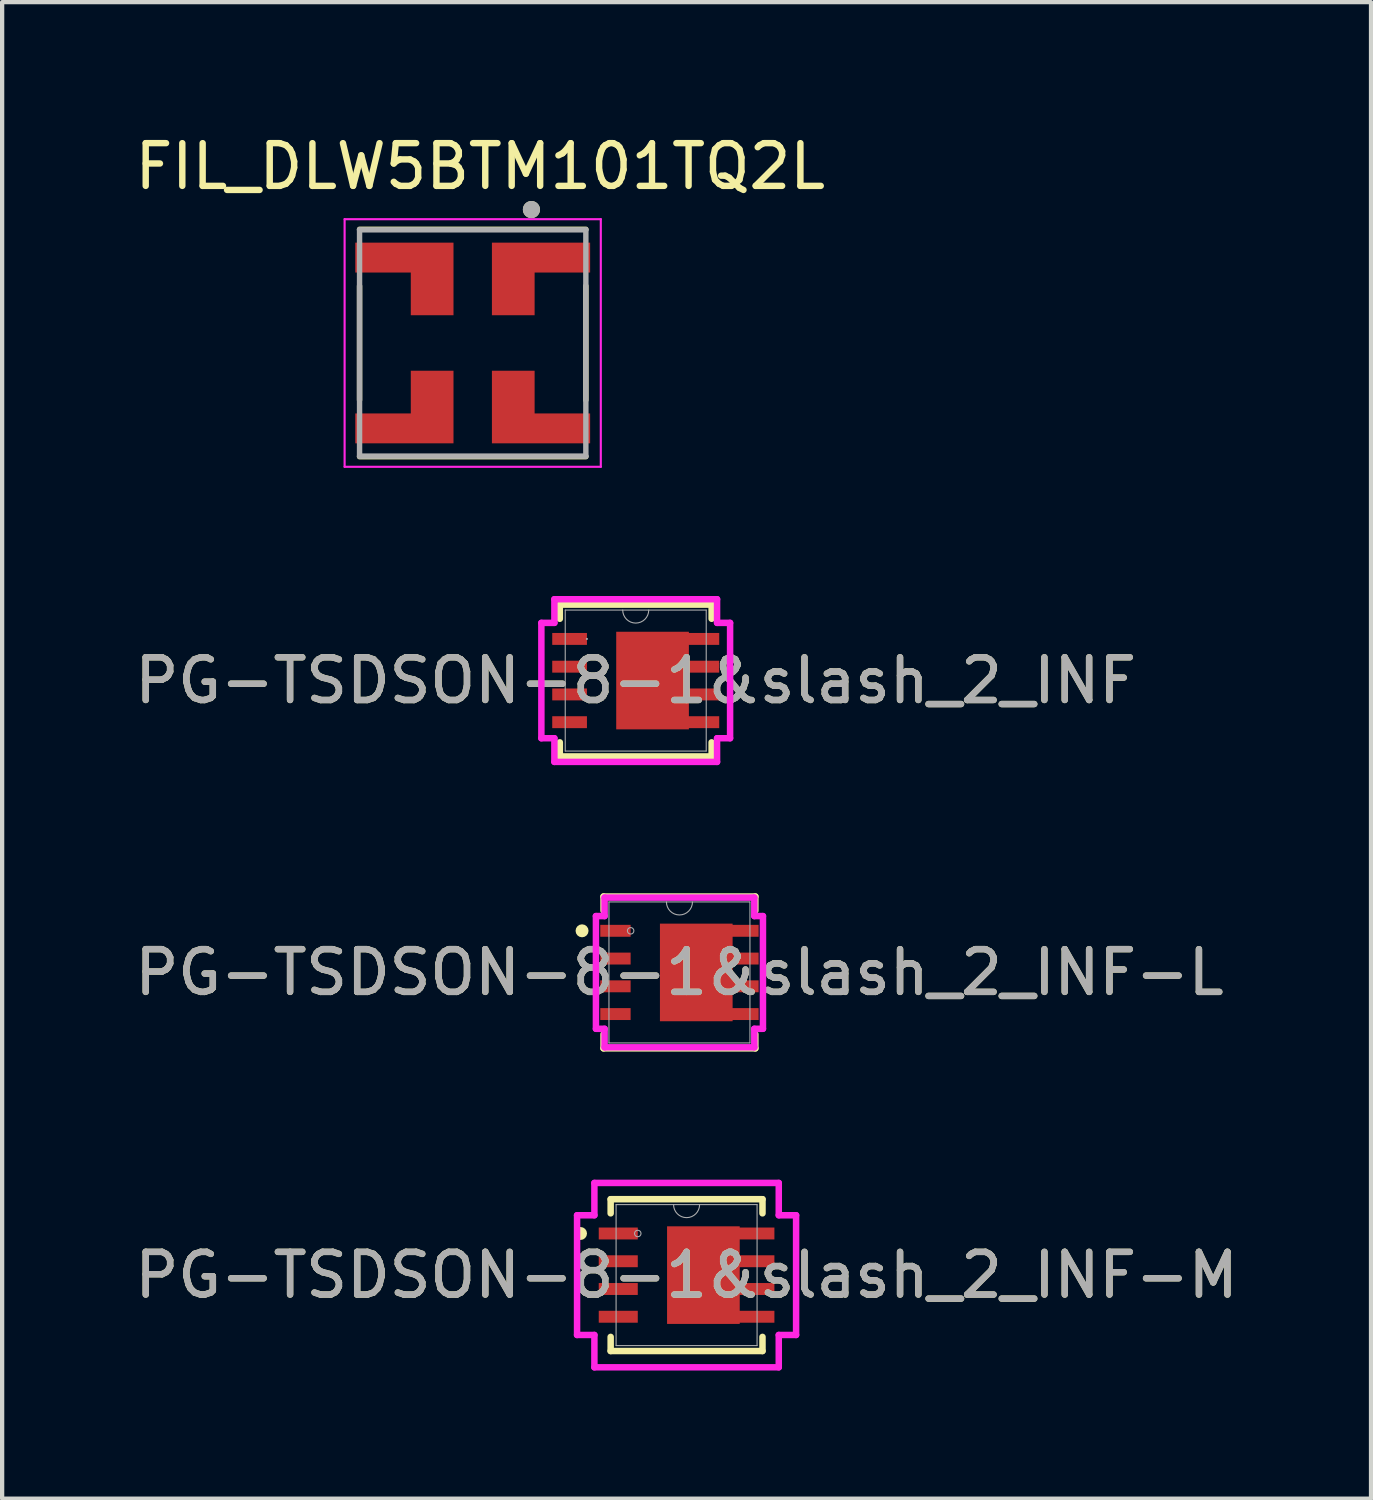
<source format=kicad_pcb>
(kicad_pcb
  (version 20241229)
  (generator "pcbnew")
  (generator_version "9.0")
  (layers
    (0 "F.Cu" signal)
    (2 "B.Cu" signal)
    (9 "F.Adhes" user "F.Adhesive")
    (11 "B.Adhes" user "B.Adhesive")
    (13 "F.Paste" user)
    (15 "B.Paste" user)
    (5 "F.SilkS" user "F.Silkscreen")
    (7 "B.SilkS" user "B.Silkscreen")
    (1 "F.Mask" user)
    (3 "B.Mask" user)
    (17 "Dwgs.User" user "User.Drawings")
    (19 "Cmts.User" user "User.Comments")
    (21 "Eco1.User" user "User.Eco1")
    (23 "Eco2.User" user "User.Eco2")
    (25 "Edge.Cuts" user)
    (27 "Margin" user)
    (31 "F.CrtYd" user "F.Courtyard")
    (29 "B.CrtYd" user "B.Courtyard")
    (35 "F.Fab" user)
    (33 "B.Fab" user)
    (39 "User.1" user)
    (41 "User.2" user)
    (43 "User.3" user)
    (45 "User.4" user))
  (footprint "PG-TSDSON-8-1&slash_2_INF-L"
    (layer "F.Cu")
    (at 12.863 19.725)
    (property "Reference" "PG-TSDSON-8-1&slash_2_INF-L" (at 0 0 0) (unlocked yes) (layer "F.SilkS") (effects (font (size 1 1) (thickness 0.15))))
    (attr smd)
    (fp_poly (pts (xy 1.245 -1.143) (xy -0.457 -1.143) (xy -0.457 1.143) (xy 1.245 1.143)) (stroke (width 0) (type solid)) (fill yes) (layer "F.Cu"))
    (fp_poly (pts (xy 1.245 -1.143) (xy -0.457 -1.143) (xy -0.457 1.143) (xy 1.245 1.143)) (stroke (width 0) (type solid)) (fill yes) (layer "F.Mask"))
    (fp_line (start -1.778 -1.778) (end -1.778 -1.447) (stroke (width 0.152) (type solid)) (layer "F.SilkS"))
    (fp_line (start -1.778 1.447) (end -1.778 1.778) (stroke (width 0.152) (type solid)) (layer "F.SilkS"))
    (fp_line (start -1.778 1.778) (end 1.778 1.778) (stroke (width 0.152) (type solid)) (layer "F.SilkS"))
    (fp_line (start 1.778 -1.778) (end -1.778 -1.778) (stroke (width 0.152) (type solid)) (layer "F.SilkS"))
    (fp_line (start 1.778 -1.447) (end 1.778 -1.778) (stroke (width 0.152) (type solid)) (layer "F.SilkS"))
    (fp_line (start 1.778 1.778) (end 1.778 1.447) (stroke (width 0.152) (type solid)) (layer "F.SilkS"))
    (fp_circle (center -2.281 -0.975) (end -2.205 -0.975) (stroke (width 0.152) (type solid)) (fill no) (layer "F.SilkS"))
    (fp_poly (pts (xy 1.245 -1.143) (xy -0.457 -1.143) (xy -0.457 1.143) (xy 1.245 1.143)) (stroke (width 0) (type solid)) (fill yes) (layer "F.Paste"))
    (fp_line (start -1.956 -1.32) (end -1.753 -1.32) (stroke (width 0.152) (type solid)) (layer "F.CrtYd"))
    (fp_line (start -1.956 1.32) (end -1.956 -1.32) (stroke (width 0.152) (type solid)) (layer "F.CrtYd"))
    (fp_line (start -1.956 1.32) (end -1.753 1.32) (stroke (width 0.152) (type solid)) (layer "F.CrtYd"))
    (fp_line (start -1.753 -1.753) (end 1.753 -1.753) (stroke (width 0.152) (type solid)) (layer "F.CrtYd"))
    (fp_line (start -1.753 -1.32) (end -1.753 -1.753) (stroke (width 0.152) (type solid)) (layer "F.CrtYd"))
    (fp_line (start -1.753 1.753) (end -1.753 1.32) (stroke (width 0.152) (type solid)) (layer "F.CrtYd"))
    (fp_line (start 1.753 -1.753) (end 1.753 -1.32) (stroke (width 0.152) (type solid)) (layer "F.CrtYd"))
    (fp_line (start 1.753 1.32) (end 1.753 1.753) (stroke (width 0.152) (type solid)) (layer "F.CrtYd"))
    (fp_line (start 1.753 1.753) (end -1.753 1.753) (stroke (width 0.152) (type solid)) (layer "F.CrtYd"))
    (fp_line (start 1.956 -1.32) (end 1.753 -1.32) (stroke (width 0.152) (type solid)) (layer "F.CrtYd"))
    (fp_line (start 1.956 -1.32) (end 1.956 1.32) (stroke (width 0.152) (type solid)) (layer "F.CrtYd"))
    (fp_line (start 1.956 1.32) (end 1.753 1.32) (stroke (width 0.152) (type solid)) (layer "F.CrtYd"))
    (fp_line (start -1.651 -1.651) (end -1.651 1.651) (stroke (width 0.025) (type solid)) (layer "F.Fab"))
    (fp_line (start -1.651 1.651) (end 1.651 1.651) (stroke (width 0.025) (type solid)) (layer "F.Fab"))
    (fp_line (start 1.651 -1.651) (end -1.651 -1.651) (stroke (width 0.025) (type solid)) (layer "F.Fab"))
    (fp_line (start 1.651 1.651) (end 1.651 -1.651) (stroke (width 0.025) (type solid)) (layer "F.Fab"))
    (fp_arc (start 0.3048 -1.651) (mid 0 -1.3462) (end -0.3048 -1.651) (stroke (width 0.0254) (type solid)) (layer "F.Fab"))
    (fp_circle (center -1.143 -0.975) (end -1.067 -0.975) (stroke (width 0.025) (type solid)) (fill no) (layer "F.Fab"))
    (fp_text user "${REFERENCE}" (at 0 0 0) (unlocked yes) (layer "F.Fab") (effects (font (size 1 1) (thickness 0.15))))
    (pad "1" smd rect (at -1.499 -0.975) (size 0.711 0.279) (layers "F.Cu" "F.Mask" "F.Paste"))
    (pad "2" smd rect (at -1.499 -0.325) (size 0.711 0.279) (layers "F.Cu" "F.Mask" "F.Paste"))
    (pad "3" smd rect (at -1.499 0.325) (size 0.711 0.279) (layers "F.Cu" "F.Mask" "F.Paste"))
    (pad "4" smd rect (at -1.499 0.975) (size 0.711 0.279) (layers "F.Cu" "F.Mask" "F.Paste"))
    (pad "5" smd rect (at 1.499 0.975) (size 0.711 0.279) (layers "F.Cu" "F.Mask" "F.Paste"))
    (pad "6" smd rect (at 1.499 0.325) (size 0.711 0.279) (layers "F.Cu" "F.Mask" "F.Paste"))
    (pad "7" smd rect (at 1.499 -0.325) (size 0.711 0.279) (layers "F.Cu" "F.Mask" "F.Paste"))
    (pad "8" smd rect (at 1.499 -0.975) (size 0.711 0.279) (layers "F.Cu" "F.Mask" "F.Paste")))
  (footprint "PG-TSDSON-8-1&slash_2_INF"
    (layer "F.Cu")
    (at 11.839 12.889)
    (property "Reference" "PG-TSDSON-8-1&slash_2_INF" (at 0 0 0) (unlocked yes) (layer "F.SilkS") (effects (font (size 1 1) (thickness 0.15))))
    (attr smd)
    (fp_poly (pts (xy 1.245 -1.143) (xy -0.457 -1.143) (xy -0.457 1.143) (xy 1.245 1.143)) (stroke (width 0) (type solid)) (fill yes) (layer "F.Cu"))
    (fp_poly (pts (xy 1.245 -1.143) (xy -0.457 -1.143) (xy -0.457 1.143) (xy 1.245 1.143)) (stroke (width 0) (type solid)) (fill yes) (layer "F.Mask"))
    (fp_line (start -1.778 -1.778) (end -1.778 -1.447) (stroke (width 0.152) (type solid)) (layer "F.SilkS"))
    (fp_line (start -1.778 1.447) (end -1.778 1.778) (stroke (width 0.152) (type solid)) (layer "F.SilkS"))
    (fp_line (start -1.778 1.778) (end 1.778 1.778) (stroke (width 0.152) (type solid)) (layer "F.SilkS"))
    (fp_line (start 1.778 -1.778) (end -1.778 -1.778) (stroke (width 0.152) (type solid)) (layer "F.SilkS"))
    (fp_line (start 1.778 -1.447) (end 1.778 -1.778) (stroke (width 0.152) (type solid)) (layer "F.SilkS"))
    (fp_line (start 1.778 1.778) (end 1.778 1.447) (stroke (width 0.152) (type solid)) (layer "F.SilkS"))
    (fp_poly (pts (xy 1.245 -1.143) (xy -0.457 -1.143) (xy -0.457 1.143) (xy 1.245 1.143)) (stroke (width 0) (type solid)) (fill yes) (layer "F.Paste"))
    (fp_line (start -2.21 -1.351) (end -1.905 -1.351) (stroke (width 0.152) (type solid)) (layer "F.CrtYd"))
    (fp_line (start -2.21 1.351) (end -2.21 -1.351) (stroke (width 0.152) (type solid)) (layer "F.CrtYd"))
    (fp_line (start -2.21 1.351) (end -1.905 1.351) (stroke (width 0.152) (type solid)) (layer "F.CrtYd"))
    (fp_line (start -1.905 -1.905) (end 1.905 -1.905) (stroke (width 0.152) (type solid)) (layer "F.CrtYd"))
    (fp_line (start -1.905 -1.351) (end -1.905 -1.905) (stroke (width 0.152) (type solid)) (layer "F.CrtYd"))
    (fp_line (start -1.905 1.905) (end -1.905 1.351) (stroke (width 0.152) (type solid)) (layer "F.CrtYd"))
    (fp_line (start 1.905 -1.905) (end 1.905 -1.351) (stroke (width 0.152) (type solid)) (layer "F.CrtYd"))
    (fp_line (start 1.905 1.351) (end 1.905 1.905) (stroke (width 0.152) (type solid)) (layer "F.CrtYd"))
    (fp_line (start 1.905 1.905) (end -1.905 1.905) (stroke (width 0.152) (type solid)) (layer "F.CrtYd"))
    (fp_line (start 2.21 -1.351) (end 1.905 -1.351) (stroke (width 0.152) (type solid)) (layer "F.CrtYd"))
    (fp_line (start 2.21 -1.351) (end 2.21 1.351) (stroke (width 0.152) (type solid)) (layer "F.CrtYd"))
    (fp_line (start 2.21 1.351) (end 1.905 1.351) (stroke (width 0.152) (type solid)) (layer "F.CrtYd"))
    (fp_line (start -1.651 -1.651) (end -1.651 1.651) (stroke (width 0.025) (type solid)) (layer "F.Fab"))
    (fp_line (start -1.651 1.651) (end 1.651 1.651) (stroke (width 0.025) (type solid)) (layer "F.Fab"))
    (fp_line (start 1.651 -1.651) (end -1.651 -1.651) (stroke (width 0.025) (type solid)) (layer "F.Fab"))
    (fp_line (start 1.651 1.651) (end 1.651 -1.651) (stroke (width 0.025) (type solid)) (layer "F.Fab"))
    (fp_arc (start 0.3048 -1.651) (mid 0 -1.3462) (end -0.3048 -1.651) (stroke (width 0.0254) (type solid)) (layer "F.Fab"))
    (fp_circle (center -1.143 -0.975) (end -1.143 -0.975) (stroke (width 0.025) (type solid)) (fill no) (layer "F.Fab"))
    (fp_text user "${REFERENCE}" (at 0 0 0) (unlocked yes) (layer "F.Fab") (effects (font (size 1 1) (thickness 0.15))))
    (pad "1" smd rect (at -1.549 -0.975) (size 0.813 0.279) (layers "F.Cu" "F.Mask" "F.Paste"))
    (pad "2" smd rect (at -1.549 -0.325) (size 0.813 0.279) (layers "F.Cu" "F.Mask" "F.Paste"))
    (pad "3" smd rect (at -1.549 0.325) (size 0.813 0.279) (layers "F.Cu" "F.Mask" "F.Paste"))
    (pad "4" smd rect (at -1.549 0.975) (size 0.813 0.279) (layers "F.Cu" "F.Mask" "F.Paste"))
    (pad "5" smd rect (at 1.549 0.975) (size 0.813 0.279) (layers "F.Cu" "F.Mask" "F.Paste"))
    (pad "6" smd rect (at 1.549 0.325) (size 0.813 0.279) (layers "F.Cu" "F.Mask" "F.Paste"))
    (pad "7" smd rect (at 1.549 -0.325) (size 0.813 0.279) (layers "F.Cu" "F.Mask" "F.Paste"))
    (pad "8" smd rect (at 1.549 -0.975) (size 0.813 0.279) (layers "F.Cu" "F.Mask" "F.Paste")))
  (footprint "PG-TSDSON-8-1&slash_2_INF-M"
    (layer "F.Cu")
    (at 13.03 26.814)
    (property "Reference" "PG-TSDSON-8-1&slash_2_INF-M" (at 0 0 0) (unlocked yes) (layer "F.SilkS") (effects (font (size 1 1) (thickness 0.15))))
    (attr smd)
    (fp_poly (pts (xy 1.245 -1.143) (xy -0.457 -1.143) (xy -0.457 1.143) (xy 1.245 1.143)) (stroke (width 0) (type solid)) (fill yes) (layer "F.Cu"))
    (fp_poly (pts (xy 1.245 -1.143) (xy -0.457 -1.143) (xy -0.457 1.143) (xy 1.245 1.143)) (stroke (width 0) (type solid)) (fill yes) (layer "F.Mask"))
    (fp_line (start -1.778 -1.778) (end -1.778 -1.447) (stroke (width 0.152) (type solid)) (layer "F.SilkS"))
    (fp_line (start -1.778 1.447) (end -1.778 1.778) (stroke (width 0.152) (type solid)) (layer "F.SilkS"))
    (fp_line (start -1.778 1.778) (end 1.778 1.778) (stroke (width 0.152) (type solid)) (layer "F.SilkS"))
    (fp_line (start 1.778 -1.778) (end -1.778 -1.778) (stroke (width 0.152) (type solid)) (layer "F.SilkS"))
    (fp_line (start 1.778 -1.447) (end 1.778 -1.778) (stroke (width 0.152) (type solid)) (layer "F.SilkS"))
    (fp_line (start 1.778 1.778) (end 1.778 1.447) (stroke (width 0.152) (type solid)) (layer "F.SilkS"))
    (fp_circle (center -2.484 -0.975) (end -2.408 -0.975) (stroke (width 0.152) (type solid)) (fill no) (layer "F.SilkS"))
    (fp_poly (pts (xy 1.245 -1.143) (xy -0.457 -1.143) (xy -0.457 1.143) (xy 1.245 1.143)) (stroke (width 0) (type solid)) (fill yes) (layer "F.Paste"))
    (fp_line (start -2.565 -1.402) (end -2.159 -1.402) (stroke (width 0.152) (type solid)) (layer "F.CrtYd"))
    (fp_line (start -2.565 1.402) (end -2.565 -1.402) (stroke (width 0.152) (type solid)) (layer "F.CrtYd"))
    (fp_line (start -2.565 1.402) (end -2.159 1.402) (stroke (width 0.152) (type solid)) (layer "F.CrtYd"))
    (fp_line (start -2.159 -2.159) (end 2.159 -2.159) (stroke (width 0.152) (type solid)) (layer "F.CrtYd"))
    (fp_line (start -2.159 -1.402) (end -2.159 -2.159) (stroke (width 0.152) (type solid)) (layer "F.CrtYd"))
    (fp_line (start -2.159 2.159) (end -2.159 1.402) (stroke (width 0.152) (type solid)) (layer "F.CrtYd"))
    (fp_line (start 2.159 -2.159) (end 2.159 -1.402) (stroke (width 0.152) (type solid)) (layer "F.CrtYd"))
    (fp_line (start 2.159 1.402) (end 2.159 2.159) (stroke (width 0.152) (type solid)) (layer "F.CrtYd"))
    (fp_line (start 2.159 2.159) (end -2.159 2.159) (stroke (width 0.152) (type solid)) (layer "F.CrtYd"))
    (fp_line (start 2.565 -1.402) (end 2.159 -1.402) (stroke (width 0.152) (type solid)) (layer "F.CrtYd"))
    (fp_line (start 2.565 -1.402) (end 2.565 1.402) (stroke (width 0.152) (type solid)) (layer "F.CrtYd"))
    (fp_line (start 2.565 1.402) (end 2.159 1.402) (stroke (width 0.152) (type solid)) (layer "F.CrtYd"))
    (fp_line (start -1.651 -1.651) (end -1.651 1.651) (stroke (width 0.025) (type solid)) (layer "F.Fab"))
    (fp_line (start -1.651 1.651) (end 1.651 1.651) (stroke (width 0.025) (type solid)) (layer "F.Fab"))
    (fp_line (start 1.651 -1.651) (end -1.651 -1.651) (stroke (width 0.025) (type solid)) (layer "F.Fab"))
    (fp_line (start 1.651 1.651) (end 1.651 -1.651) (stroke (width 0.025) (type solid)) (layer "F.Fab"))
    (fp_arc (start 0.3048 -1.651) (mid 0 -1.3462) (end -0.3048 -1.651) (stroke (width 0.0254) (type solid)) (layer "F.Fab"))
    (fp_circle (center -1.143 -0.975) (end -1.067 -0.975) (stroke (width 0.025) (type solid)) (fill no) (layer "F.Fab"))
    (fp_text user "${REFERENCE}" (at 0 0 0) (unlocked yes) (layer "F.Fab") (effects (font (size 1 1) (thickness 0.15))))
    (pad "1" smd rect (at -1.6 -0.975) (size 0.914 0.279) (layers "F.Cu" "F.Mask" "F.Paste"))
    (pad "2" smd rect (at -1.6 -0.325) (size 0.914 0.279) (layers "F.Cu" "F.Mask" "F.Paste"))
    (pad "3" smd rect (at -1.6 0.325) (size 0.914 0.279) (layers "F.Cu" "F.Mask" "F.Paste"))
    (pad "4" smd rect (at -1.6 0.975) (size 0.914 0.279) (layers "F.Cu" "F.Mask" "F.Paste"))
    (pad "5" smd rect (at 1.6 0.975) (size 0.914 0.279) (layers "F.Cu" "F.Mask" "F.Paste"))
    (pad "6" smd rect (at 1.6 0.325) (size 0.914 0.279) (layers "F.Cu" "F.Mask" "F.Paste"))
    (pad "7" smd rect (at 1.6 -0.325) (size 0.914 0.279) (layers "F.Cu" "F.Mask" "F.Paste"))
    (pad "8" smd rect (at 1.6 -0.975) (size 0.914 0.279) (layers "F.Cu" "F.Mask" "F.Paste")))
  (footprint "FIL_DLW5BTM101TQ2L"
    (layer "F.Cu")
    (at 8.021 4.983)
    (property "Reference" "FIL_DLW5BTM101TQ2L" (at 0.175 -4.135 0) (layer "F.SilkS") (effects (font (size 1 1) (thickness 0.15))))
    (attr smd)
    (fp_poly (pts (xy -0.35 -2.45) (xy -2.85 -2.45) (xy -2.85 -1.55) (xy -1.55 -1.55) (xy -1.55 -0.55) (xy -0.35 -0.55)) (stroke (width 0.0001) (type solid)) (fill yes) (layer "F.Mask"))
    (fp_poly (pts (xy -0.35 2.45) (xy -2.85 2.45) (xy -2.85 1.55) (xy -1.55 1.55) (xy -1.55 0.55) (xy -0.35 0.55)) (stroke (width 0.0001) (type solid)) (fill yes) (layer "F.Mask"))
    (fp_poly (pts (xy 0.35 -2.45) (xy 2.85 -2.45) (xy 2.85 -1.55) (xy 1.55 -1.55) (xy 1.55 -0.55) (xy 0.35 -0.55)) (stroke (width 0.0001) (type solid)) (fill yes) (layer "F.Mask"))
    (fp_poly (pts (xy 0.35 2.45) (xy 2.85 2.45) (xy 2.85 1.55) (xy 1.55 1.55) (xy 1.55 0.55) (xy 0.35 0.55)) (stroke (width 0.0001) (type solid)) (fill yes) (layer "F.Mask"))
    (fp_line (start -2.65 -1.337) (end -2.65 1.337) (stroke (width 0.127) (type solid)) (layer "F.SilkS"))
    (fp_line (start -2.65 2.663) (end 2.65 2.663) (stroke (width 0.127) (type solid)) (layer "F.SilkS"))
    (fp_line (start 2.65 -2.663) (end -2.65 -2.663) (stroke (width 0.127) (type solid)) (layer "F.SilkS"))
    (fp_line (start 2.65 1.337) (end 2.65 -1.337) (stroke (width 0.127) (type solid)) (layer "F.SilkS"))
    (fp_circle (center 1.375 -3.125) (end 1.475 -3.125) (stroke (width 0.2) (type solid)) (fill no) (layer "F.SilkS"))
    (fp_poly (pts (xy -0.45 -2.35) (xy -2.75 -2.35) (xy -2.75 -1.65) (xy -1.45 -1.65) (xy -1.45 -0.65) (xy -0.45 -0.65)) (stroke (width 0.0001) (type solid)) (fill yes) (layer "F.Paste"))
    (fp_poly (pts (xy -0.45 2.35) (xy -2.75 2.35) (xy -2.75 1.65) (xy -1.45 1.65) (xy -1.45 0.65) (xy -0.45 0.65)) (stroke (width 0.0001) (type solid)) (fill yes) (layer "F.Paste"))
    (fp_poly (pts (xy 0.45 -2.35) (xy 2.75 -2.35) (xy 2.75 -1.65) (xy 1.45 -1.65) (xy 1.45 -0.65) (xy 0.45 -0.65)) (stroke (width 0.0001) (type solid)) (fill yes) (layer "F.Paste"))
    (fp_poly (pts (xy 0.45 2.35) (xy 2.75 2.35) (xy 2.75 1.65) (xy 1.45 1.65) (xy 1.45 0.65) (xy 0.45 0.65)) (stroke (width 0.0001) (type solid)) (fill yes) (layer "F.Paste"))
    (fp_line (start -3 -2.9) (end 3 -2.9) (stroke (width 0.05) (type solid)) (layer "F.CrtYd"))
    (fp_line (start -3 2.9) (end -3 -2.9) (stroke (width 0.05) (type solid)) (layer "F.CrtYd"))
    (fp_line (start 3 -2.9) (end 3 2.9) (stroke (width 0.05) (type solid)) (layer "F.CrtYd"))
    (fp_line (start 3 2.9) (end -3 2.9) (stroke (width 0.05) (type solid)) (layer "F.CrtYd"))
    (fp_line (start -2.65 -2.65) (end -2.65 2.65) (stroke (width 0.127) (type solid)) (layer "F.Fab"))
    (fp_line (start -2.65 2.65) (end 2.65 2.65) (stroke (width 0.127) (type solid)) (layer "F.Fab"))
    (fp_line (start 2.65 -2.65) (end -2.65 -2.65) (stroke (width 0.127) (type solid)) (layer "F.Fab"))
    (fp_line (start 2.65 2.65) (end 2.65 -2.65) (stroke (width 0.127) (type solid)) (layer "F.Fab"))
    (fp_circle (center 1.375 -3.125) (end 1.475 -3.125) (stroke (width 0.2) (type solid)) (fill no) (layer "F.Fab"))
    (pad "1" smd custom (at 0.875 -1.075) (size 0.75 0.75) (layers "F.Cu" "F.Mask" "F.Paste") (options (anchor rect)) (primitives (gr_poly (pts (xy -0.425 -1.275) (xy 1.875 -1.275) (xy 1.875 -0.575) (xy 0.575 -0.575) (xy 0.575 0.425) (xy -0.425 0.425)) (width 0.0001) (fill yes))))
    (pad "2" smd custom (at -0.875 -1.075) (size 0.75 0.75) (layers "F.Cu" "F.Mask" "F.Paste") (options (anchor rect)) (primitives (gr_poly (pts (xy 0.425 -1.275) (xy -1.875 -1.275) (xy -1.875 -0.575) (xy -0.575 -0.575) (xy -0.575 0.425) (xy 0.425 0.425)) (width 0.0001) (fill yes))))
    (pad "3" smd custom (at -0.875 1.075) (size 0.75 0.75) (layers "F.Cu" "F.Mask" "F.Paste") (options (anchor rect)) (primitives (gr_poly (pts (xy 0.425 1.275) (xy -1.875 1.275) (xy -1.875 0.575) (xy -0.575 0.575) (xy -0.575 -0.425) (xy 0.425 -0.425)) (width 0.0001) (fill yes))))
    (pad "4" smd custom (at 0.875 1.075) (size 0.75 0.75) (layers "F.Cu" "F.Mask" "F.Paste") (options (anchor rect)) (primitives (gr_poly (pts (xy -0.425 1.275) (xy 1.875 1.275) (xy 1.875 0.575) (xy 0.575 0.575) (xy 0.575 -0.425) (xy -0.425 -0.425)) (width 0.0001) (fill yes)))))
  (gr_rect
    (start -3 -3)
    (end 29.06 32.049)
    (stroke (width 0.1) (type default))
    (fill no)
    (layer "Edge.Cuts")))
</source>
